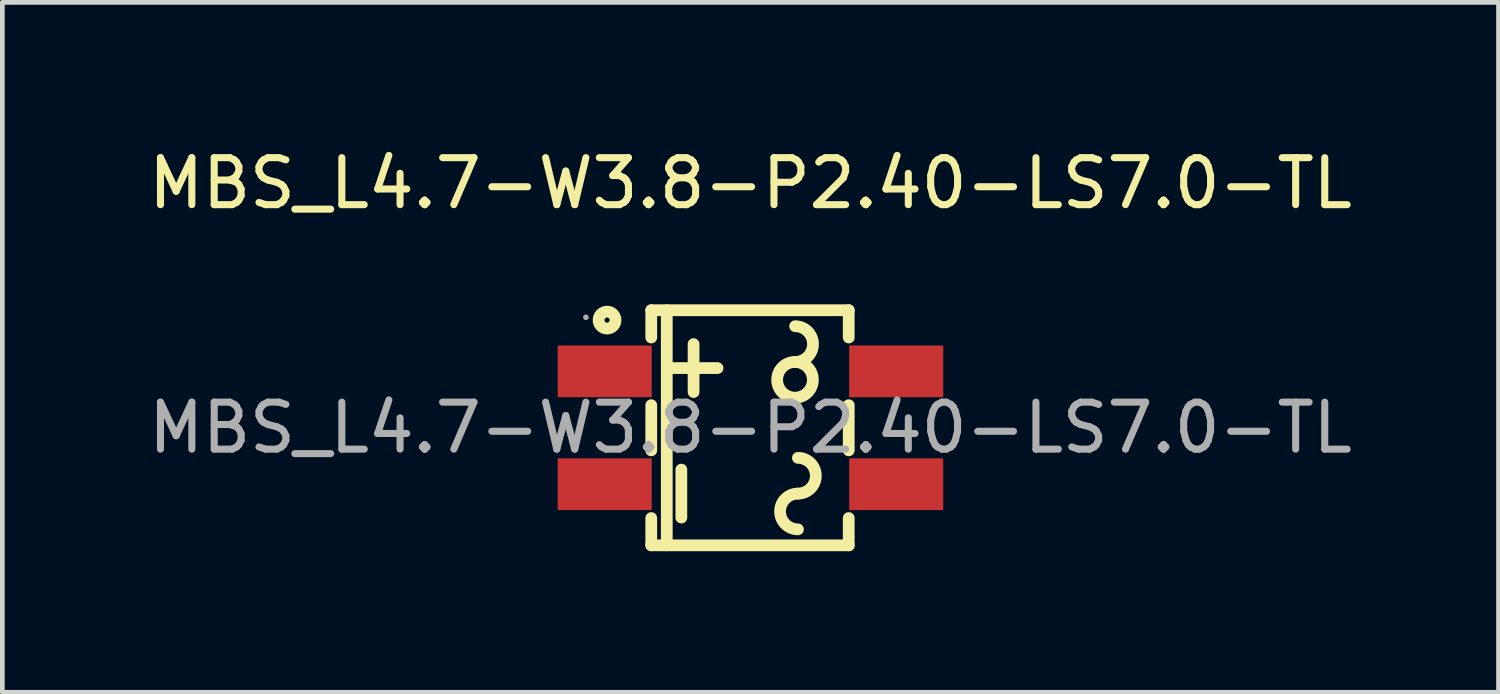
<source format=kicad_pcb>
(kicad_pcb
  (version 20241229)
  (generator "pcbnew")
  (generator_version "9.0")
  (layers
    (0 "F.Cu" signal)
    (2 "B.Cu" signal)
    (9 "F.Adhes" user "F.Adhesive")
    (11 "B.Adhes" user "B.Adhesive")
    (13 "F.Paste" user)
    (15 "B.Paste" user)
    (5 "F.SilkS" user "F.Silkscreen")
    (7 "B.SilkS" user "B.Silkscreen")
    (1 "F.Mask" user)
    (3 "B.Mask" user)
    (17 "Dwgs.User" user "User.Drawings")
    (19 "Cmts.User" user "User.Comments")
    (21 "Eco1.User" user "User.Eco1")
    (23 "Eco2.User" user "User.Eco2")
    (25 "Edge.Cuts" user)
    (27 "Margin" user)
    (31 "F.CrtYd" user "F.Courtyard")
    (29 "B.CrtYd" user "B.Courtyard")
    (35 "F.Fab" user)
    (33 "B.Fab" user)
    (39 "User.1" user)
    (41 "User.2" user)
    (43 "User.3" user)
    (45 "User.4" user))
  (footprint "MBS_L4.7-W3.8-P2.40-LS7.0-TL"
    (layer "F.Cu")
    (at 12.911 6.048)
    (property "Reference" "MBS_L4.7-W3.8-P2.40-LS7.0-TL" (at 0 -5.2 0) (layer "F.SilkS") (effects (font (size 1 1) (thickness 0.15))))
    (attr smd)
    (fp_line (start -2.11 -2.5) (end -2.11 -1.92) (stroke (width 0.25) (type solid)) (layer "F.SilkS"))
    (fp_line (start -2.11 -0.48) (end -2.11 0.48) (stroke (width 0.25) (type solid)) (layer "F.SilkS"))
    (fp_line (start -2.11 1.92) (end -2.11 2.5) (stroke (width 0.25) (type solid)) (layer "F.SilkS"))
    (fp_line (start -1.78 -2.5) (end -1.78 2.5) (stroke (width 0.25) (type solid)) (layer "F.SilkS"))
    (fp_line (start -1.72 -1.27) (end -0.7 -1.27) (stroke (width 0.25) (type solid)) (layer "F.SilkS"))
    (fp_line (start -1.47 1.91) (end -1.47 0.89) (stroke (width 0.25) (type solid)) (layer "F.SilkS"))
    (fp_line (start -1.21 -0.76) (end -1.21 -1.78) (stroke (width 0.25) (type solid)) (layer "F.SilkS"))
    (fp_line (start 2.09 -2.5) (end -2.11 -2.5) (stroke (width 0.25) (type solid)) (layer "F.SilkS"))
    (fp_line (start 2.09 -2.5) (end 2.09 -1.92) (stroke (width 0.25) (type solid)) (layer "F.SilkS"))
    (fp_line (start 2.09 -0.48) (end 2.09 0.48) (stroke (width 0.25) (type solid)) (layer "F.SilkS"))
    (fp_line (start 2.09 1.92) (end 2.09 2.5) (stroke (width 0.25) (type solid)) (layer "F.SilkS"))
    (fp_line (start 2.09 2.5) (end -2.11 2.5) (stroke (width 0.25) (type solid)) (layer "F.SilkS"))
    (fp_arc (start 0.95 -2.16) (mid 1.33 -1.78) (end 0.95 -1.4) (stroke (width 0.25) (type solid)) (layer "F.SilkS"))
    (fp_arc (start 0.956632 -1.399942) (mid 0.946684 -0.640015) (end 0.95 -1.4) (stroke (width 0.25) (type solid)) (layer "F.SilkS"))
    (fp_arc (start 1.01 0.64) (mid 1.39 1.02) (end 1.01 1.4) (stroke (width 0.25) (type solid)) (layer "F.SilkS"))
    (fp_arc (start 1.01 2.16) (mid 0.63 1.78) (end 1.01 1.4) (stroke (width 0.25) (type solid)) (layer "F.SilkS"))
    (fp_circle (center -3.05 -2.29) (end -2.87 -2.29) (stroke (width 0.25) (type solid)) (fill no) (layer "F.SilkS"))
    (fp_circle (center -3.5 -2.35) (end -3.47 -2.35) (stroke (width 0.06) (type solid)) (fill no) (layer "F.Fab"))
    (fp_text user "${REFERENCE}" (at 0 0 0) (layer "F.Fab") (effects (font (size 1 1) (thickness 0.15))))
    (pad "1" smd rect (at -3.1 -1.2) (size 2 1.1) (layers "F.Cu" "F.Mask" "F.Paste"))
    (pad "2" smd rect (at -3.1 1.2) (size 2 1.1) (layers "F.Cu" "F.Mask" "F.Paste"))
    (pad "3" smd rect (at 3.1 1.2) (size 2 1.1) (layers "F.Cu" "F.Mask" "F.Paste"))
    (pad "4" smd rect (at 3.1 -1.2) (size 2 1.1) (layers "F.Cu" "F.Mask" "F.Paste")))
  (gr_rect
    (start -3 -3)
    (end 28.821 11.673)
    (stroke (width 0.1) (type default))
    (fill no)
    (layer "Edge.Cuts")))
</source>
